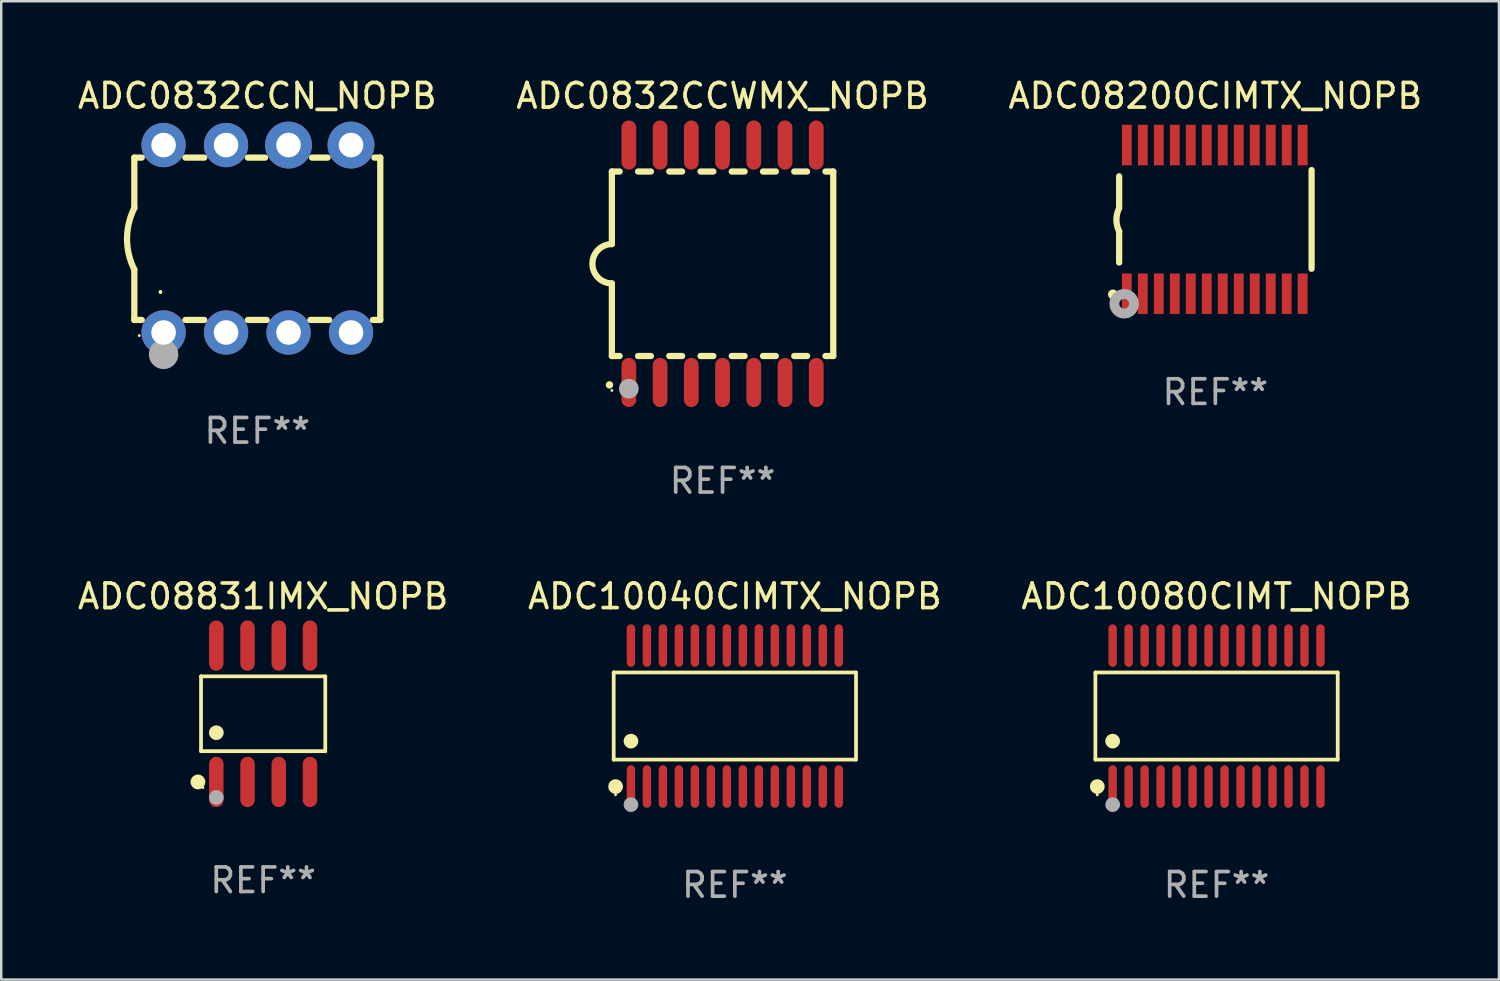
<source format=kicad_pcb>
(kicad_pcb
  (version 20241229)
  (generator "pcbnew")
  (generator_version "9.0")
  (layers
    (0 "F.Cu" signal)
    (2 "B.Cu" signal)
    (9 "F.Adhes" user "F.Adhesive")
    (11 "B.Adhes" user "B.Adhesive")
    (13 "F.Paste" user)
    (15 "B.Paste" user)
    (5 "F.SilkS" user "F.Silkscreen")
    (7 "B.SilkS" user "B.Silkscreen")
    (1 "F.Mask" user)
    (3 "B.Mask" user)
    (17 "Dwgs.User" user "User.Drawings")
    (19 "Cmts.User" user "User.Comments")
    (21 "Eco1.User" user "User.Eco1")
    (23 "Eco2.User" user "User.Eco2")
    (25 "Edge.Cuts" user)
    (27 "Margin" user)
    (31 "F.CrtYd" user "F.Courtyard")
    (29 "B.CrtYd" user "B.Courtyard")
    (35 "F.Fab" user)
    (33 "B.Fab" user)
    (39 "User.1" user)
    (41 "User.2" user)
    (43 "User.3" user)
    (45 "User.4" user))
  (footprint "ADC0832CCN_NOPB"
    (layer "F.Cu")
    (at 7.411 6.658)
    (property "Reference" "ADC0832CCN_NOPB" (at 0 -5.81 0) (layer "F.SilkS") (effects (font (size 1 1) (thickness 0.15))))
    (attr through_hole)
    (fp_line (start -5 -3.3) (end -5 -1.25) (stroke (width 0.254) (type solid)) (layer "F.SilkS"))
    (fp_line (start -5 -3.3) (end -4.698 -3.3) (stroke (width 0.254) (type solid)) (layer "F.SilkS"))
    (fp_line (start -5 3.3) (end -5 1.25) (stroke (width 0.254) (type solid)) (layer "F.SilkS"))
    (fp_line (start -5 3.3) (end -4.698 3.3) (stroke (width 0.254) (type solid)) (layer "F.SilkS"))
    (fp_line (start -2.922 -3.3) (end -2.158 -3.3) (stroke (width 0.254) (type solid)) (layer "F.SilkS"))
    (fp_line (start -2.922 3.3) (end -2.158 3.3) (stroke (width 0.254) (type solid)) (layer "F.SilkS"))
    (fp_line (start -0.382 -3.3) (end 0.316 -3.3) (stroke (width 0.254) (type solid)) (layer "F.SilkS"))
    (fp_line (start -0.382 3.3) (end 0.382 3.3) (stroke (width 0.254) (type solid)) (layer "F.SilkS"))
    (fp_line (start 2.158 3.3) (end 2.922 3.3) (stroke (width 0.254) (type solid)) (layer "F.SilkS"))
    (fp_line (start 2.224 -3.3) (end 2.856 -3.3) (stroke (width 0.254) (type solid)) (layer "F.SilkS"))
    (fp_line (start 4.698 3.3) (end 5 3.3) (stroke (width 0.254) (type solid)) (layer "F.SilkS"))
    (fp_line (start 4.764 -3.3) (end 5 -3.3) (stroke (width 0.254) (type solid)) (layer "F.SilkS"))
    (fp_line (start 5 -3.3) (end 5 3.3) (stroke (width 0.254) (type solid)) (layer "F.SilkS"))
    (fp_arc (start -5.00127 1.249682) (mid -5.295892 -0.000313) (end -5.000025 -1.250013) (stroke (width 0.254001) (type solid)) (layer "F.SilkS"))
    (fp_arc (start -3.937262 2.170256) (mid -3.937197 2.164629) (end -3.937008 2.159004) (stroke (width 0.149987) (type solid)) (layer "F.SilkS"))
    (fp_circle (center -4.8 3.935) (end -4.77 3.935) (stroke (width 0.06) (type solid)) (fill no) (layer "F.SilkS"))
    (fp_circle (center -3.81 4.699) (end -3.51 4.699) (stroke (width 0.6) (type solid)) (fill no) (layer "F.Fab"))
    (fp_text user "REF**" (at 0 7.81 0) (layer "F.Fab") (effects (font (size 1 1) (thickness 0.15))))
    (pad "1" thru_hole circle (at -3.81 3.81) (size 1.8 1.8) (drill 1) (layers "*.Cu" "*.Mask"))
    (pad "2" thru_hole circle (at -1.27 3.81) (size 1.8 1.8) (drill 1) (layers "*.Cu" "*.Mask"))
    (pad "3" thru_hole circle (at 1.27 3.81) (size 1.8 1.8) (drill 1) (layers "*.Cu" "*.Mask"))
    (pad "4" thru_hole circle (at 3.81 3.81) (size 1.8 1.8) (drill 1) (layers "*.Cu" "*.Mask"))
    (pad "5" thru_hole circle (at 3.81 -3.81) (size 1.905 1.905) (drill 1) (layers "*.Cu" "*.Mask"))
    (pad "6" thru_hole circle (at 1.27 -3.81) (size 1.905 1.905) (drill 1) (layers "*.Cu" "*.Mask"))
    (pad "7" thru_hole circle (at -1.27 -3.81) (size 1.8 1.8) (drill 1) (layers "*.Cu" "*.Mask"))
    (pad "8" thru_hole circle (at -3.81 -3.81) (size 1.8 1.8) (drill 1) (layers "*.Cu" "*.Mask")))
  (footprint "ADC0832CCWMX_NOPB"
    (layer "F.Cu")
    (at 26.327 7.674)
    (property "Reference" "ADC0832CCWMX_NOPB" (at 0 -6.826 0) (layer "F.SilkS") (effects (font (size 1 1) (thickness 0.15))))
    (attr through_hole)
    (fp_line (start -4.5 -3.75) (end -4.5 -0.8) (stroke (width 0.254) (type solid)) (layer "F.SilkS"))
    (fp_line (start -4.5 -3.75) (end -4.184 -3.75) (stroke (width 0.254) (type solid)) (layer "F.SilkS"))
    (fp_line (start -4.5 3.75) (end -4.5 0.8) (stroke (width 0.254) (type solid)) (layer "F.SilkS"))
    (fp_line (start -4.184 3.75) (end -4.5 3.75) (stroke (width 0.254) (type solid)) (layer "F.SilkS"))
    (fp_line (start -3.436 -3.75) (end -2.914 -3.75) (stroke (width 0.254) (type solid)) (layer "F.SilkS"))
    (fp_line (start -2.914 3.75) (end -3.436 3.75) (stroke (width 0.254) (type solid)) (layer "F.SilkS"))
    (fp_line (start -2.166 -3.75) (end -1.644 -3.75) (stroke (width 0.254) (type solid)) (layer "F.SilkS"))
    (fp_line (start -1.644 3.75) (end -2.166 3.75) (stroke (width 0.254) (type solid)) (layer "F.SilkS"))
    (fp_line (start -0.896 -3.75) (end -0.374 -3.75) (stroke (width 0.254) (type solid)) (layer "F.SilkS"))
    (fp_line (start -0.374 3.75) (end -0.896 3.75) (stroke (width 0.254) (type solid)) (layer "F.SilkS"))
    (fp_line (start 0.374 -3.75) (end 0.896 -3.75) (stroke (width 0.254) (type solid)) (layer "F.SilkS"))
    (fp_line (start 0.896 3.75) (end 0.374 3.75) (stroke (width 0.254) (type solid)) (layer "F.SilkS"))
    (fp_line (start 1.644 -3.75) (end 2.166 -3.75) (stroke (width 0.254) (type solid)) (layer "F.SilkS"))
    (fp_line (start 2.166 3.75) (end 1.644 3.75) (stroke (width 0.254) (type solid)) (layer "F.SilkS"))
    (fp_line (start 2.914 -3.75) (end 3.436 -3.75) (stroke (width 0.254) (type solid)) (layer "F.SilkS"))
    (fp_line (start 3.436 3.75) (end 2.914 3.75) (stroke (width 0.254) (type solid)) (layer "F.SilkS"))
    (fp_line (start 4.184 -3.75) (end 4.5 -3.75) (stroke (width 0.254) (type solid)) (layer "F.SilkS"))
    (fp_line (start 4.5 -3.75) (end 4.5 3.75) (stroke (width 0.254) (type solid)) (layer "F.SilkS"))
    (fp_line (start 4.5 3.75) (end 4.184 3.75) (stroke (width 0.254) (type solid)) (layer "F.SilkS"))
    (fp_arc (start -4.599873 4.92474) (mid -4.598603 4.924735) (end -4.597333 4.92474) (stroke (width 0.3) (type solid)) (layer "F.SilkS"))
    (fp_arc (start -4.5 0.800025) (mid -5.300431 -0.00061) (end -4.499872 -0.801117) (stroke (width 0.254001) (type solid)) (layer "F.SilkS"))
    (fp_circle (center -4.5 5.15) (end -4.47 5.15) (stroke (width 0.06) (type solid)) (fill no) (layer "F.SilkS"))
    (fp_circle (center -3.81 5.08) (end -3.61 5.08) (stroke (width 0.4) (type solid)) (fill no) (layer "F.Fab"))
    (fp_text user "REF**" (at 0 8.826 0) (layer "F.Fab") (effects (font (size 1 1) (thickness 0.15))))
    (pad "1" smd oval (at -3.81 4.826) (size 0.6 2) (layers "F.Cu" "F.Mask" "F.Paste"))
    (pad "2" smd oval (at -2.54 4.826) (size 0.6 2) (layers "F.Cu" "F.Mask" "F.Paste"))
    (pad "3" smd oval (at -1.27 4.826) (size 0.6 2) (layers "F.Cu" "F.Mask" "F.Paste"))
    (pad "4" smd oval (at 0 4.826) (size 0.6 2) (layers "F.Cu" "F.Mask" "F.Paste"))
    (pad "5" smd oval (at 1.27 4.826) (size 0.6 2) (layers "F.Cu" "F.Mask" "F.Paste"))
    (pad "6" smd oval (at 2.54 4.826) (size 0.6 2) (layers "F.Cu" "F.Mask" "F.Paste"))
    (pad "7" smd oval (at 3.81 4.826) (size 0.6 2) (layers "F.Cu" "F.Mask" "F.Paste"))
    (pad "8" smd oval (at 3.81 -4.826 180) (size 0.6 2) (layers "F.Cu" "F.Mask" "F.Paste"))
    (pad "9" smd oval (at 2.54 -4.826 180) (size 0.6 2) (layers "F.Cu" "F.Mask" "F.Paste"))
    (pad "10" smd oval (at 1.27 -4.826 180) (size 0.6 2) (layers "F.Cu" "F.Mask" "F.Paste"))
    (pad "11" smd oval (at 0 -4.826 180) (size 0.6 2) (layers "F.Cu" "F.Mask" "F.Paste"))
    (pad "12" smd oval (at -1.27 -4.826 180) (size 0.6 2) (layers "F.Cu" "F.Mask" "F.Paste"))
    (pad "13" smd oval (at -2.54 -4.826 180) (size 0.6 2) (layers "F.Cu" "F.Mask" "F.Paste"))
    (pad "14" smd oval (at -3.81 -4.826 180) (size 0.6 2) (layers "F.Cu" "F.Mask" "F.Paste")))
  (footprint "ADC10040CIMTX_NOPB"
    (layer "F.Cu")
    (at 26.827 26.063)
    (property "Reference" "ADC10040CIMTX_NOPB" (at 0 -4.866 0) (layer "F.SilkS") (effects (font (size 1 1) (thickness 0.15))))
    (attr through_hole)
    (fp_line (start -4.926 -1.772) (end 4.926 -1.772) (stroke (width 0.152) (type solid)) (layer "F.SilkS"))
    (fp_line (start -4.926 1.771) (end -4.926 -1.772) (stroke (width 0.152) (type solid)) (layer "F.SilkS"))
    (fp_line (start 4.926 -1.772) (end 4.926 1.771) (stroke (width 0.152) (type solid)) (layer "F.SilkS"))
    (fp_line (start 4.926 1.771) (end -4.926 1.771) (stroke (width 0.152) (type solid)) (layer "F.SilkS"))
    (fp_circle (center -4.85 3.2) (end -4.82 3.2) (stroke (width 0.06) (type solid)) (fill no) (layer "F.SilkS"))
    (fp_circle (center -4.849 2.866) (end -4.699 2.866) (stroke (width 0.3) (type solid)) (fill no) (layer "F.SilkS"))
    (fp_circle (center -4.225 1.019) (end -4.075 1.019) (stroke (width 0.3) (type solid)) (fill no) (layer "F.SilkS"))
    (fp_circle (center -4.225 3.6) (end -4.075 3.6) (stroke (width 0.3) (type solid)) (fill no) (layer "F.Fab"))
    (fp_text user "REF**" (at 0 6.866 0) (layer "F.Fab") (effects (font (size 1 1) (thickness 0.15))))
    (pad "1" smd oval (at -4.225 2.866) (size 0.343 1.731) (layers "F.Cu" "F.Mask" "F.Paste"))
    (pad "2" smd oval (at -3.575 2.866) (size 0.343 1.731) (layers "F.Cu" "F.Mask" "F.Paste"))
    (pad "3" smd oval (at -2.925 2.866) (size 0.343 1.731) (layers "F.Cu" "F.Mask" "F.Paste"))
    (pad "4" smd oval (at -2.275 2.866) (size 0.343 1.731) (layers "F.Cu" "F.Mask" "F.Paste"))
    (pad "5" smd oval (at -1.625 2.866) (size 0.343 1.731) (layers "F.Cu" "F.Mask" "F.Paste"))
    (pad "6" smd oval (at -0.975 2.866) (size 0.343 1.731) (layers "F.Cu" "F.Mask" "F.Paste"))
    (pad "7" smd oval (at -0.325 2.866) (size 0.343 1.731) (layers "F.Cu" "F.Mask" "F.Paste"))
    (pad "8" smd oval (at 0.325 2.866) (size 0.343 1.731) (layers "F.Cu" "F.Mask" "F.Paste"))
    (pad "9" smd oval (at 0.975 2.866) (size 0.343 1.731) (layers "F.Cu" "F.Mask" "F.Paste"))
    (pad "10" smd oval (at 1.625 2.866) (size 0.343 1.731) (layers "F.Cu" "F.Mask" "F.Paste"))
    (pad "11" smd oval (at 2.275 2.866) (size 0.343 1.731) (layers "F.Cu" "F.Mask" "F.Paste"))
    (pad "12" smd oval (at 2.925 2.866) (size 0.343 1.731) (layers "F.Cu" "F.Mask" "F.Paste"))
    (pad "13" smd oval (at 3.575 2.866) (size 0.343 1.731) (layers "F.Cu" "F.Mask" "F.Paste"))
    (pad "14" smd oval (at 4.225 2.866) (size 0.343 1.731) (layers "F.Cu" "F.Mask" "F.Paste"))
    (pad "15" smd oval (at 4.225 -2.866) (size 0.343 1.731) (layers "F.Cu" "F.Mask" "F.Paste"))
    (pad "16" smd oval (at 3.575 -2.866) (size 0.343 1.731) (layers "F.Cu" "F.Mask" "F.Paste"))
    (pad "17" smd oval (at 2.925 -2.866) (size 0.343 1.731) (layers "F.Cu" "F.Mask" "F.Paste"))
    (pad "18" smd oval (at 2.275 -2.866) (size 0.343 1.731) (layers "F.Cu" "F.Mask" "F.Paste"))
    (pad "19" smd oval (at 1.625 -2.866) (size 0.343 1.731) (layers "F.Cu" "F.Mask" "F.Paste"))
    (pad "20" smd oval (at 0.975 -2.866) (size 0.343 1.731) (layers "F.Cu" "F.Mask" "F.Paste"))
    (pad "21" smd oval (at 0.325 -2.866) (size 0.343 1.731) (layers "F.Cu" "F.Mask" "F.Paste"))
    (pad "22" smd oval (at -0.325 -2.866) (size 0.343 1.731) (layers "F.Cu" "F.Mask" "F.Paste"))
    (pad "23" smd oval (at -0.975 -2.866) (size 0.343 1.731) (layers "F.Cu" "F.Mask" "F.Paste"))
    (pad "24" smd oval (at -1.625 -2.866) (size 0.343 1.731) (layers "F.Cu" "F.Mask" "F.Paste"))
    (pad "25" smd oval (at -2.275 -2.866) (size 0.343 1.731) (layers "F.Cu" "F.Mask" "F.Paste"))
    (pad "26" smd oval (at -2.925 -2.866) (size 0.343 1.731) (layers "F.Cu" "F.Mask" "F.Paste"))
    (pad "27" smd oval (at -3.575 -2.866) (size 0.343 1.731) (layers "F.Cu" "F.Mask" "F.Paste"))
    (pad "28" smd oval (at -4.225 -2.866) (size 0.343 1.731) (layers "F.Cu" "F.Mask" "F.Paste")))
  (footprint "ADC08831IMX_NOPB"
    (layer "F.Cu")
    (at 7.649 25.969)
    (property "Reference" "ADC08831IMX_NOPB" (at 0 -4.772 0) (layer "F.SilkS") (effects (font (size 1 1) (thickness 0.15))))
    (attr through_hole)
    (fp_line (start -2.526 -1.521) (end 2.526 -1.521) (stroke (width 0.152) (type solid)) (layer "F.SilkS"))
    (fp_line (start -2.526 1.521) (end -2.526 -1.521) (stroke (width 0.152) (type solid)) (layer "F.SilkS"))
    (fp_line (start 2.526 -1.521) (end 2.526 1.521) (stroke (width 0.152) (type solid)) (layer "F.SilkS"))
    (fp_line (start 2.526 1.521) (end -2.526 1.521) (stroke (width 0.152) (type solid)) (layer "F.SilkS"))
    (fp_circle (center -2.652 2.772) (end -2.501 2.772) (stroke (width 0.3) (type solid)) (fill no) (layer "F.SilkS"))
    (fp_circle (center -2.45 3) (end -2.42 3) (stroke (width 0.06) (type solid)) (fill no) (layer "F.SilkS"))
    (fp_circle (center -1.905 0.769) (end -1.755 0.769) (stroke (width 0.3) (type solid)) (fill no) (layer "F.SilkS"))
    (fp_circle (center -1.905 3.4) (end -1.755 3.4) (stroke (width 0.3) (type solid)) (fill no) (layer "F.Fab"))
    (fp_text user "REF**" (at 0 6.772 0) (layer "F.Fab") (effects (font (size 1 1) (thickness 0.15))))
    (pad "1" smd oval (at -1.905 2.772) (size 0.588 2.045) (layers "F.Cu" "F.Mask" "F.Paste"))
    (pad "2" smd oval (at -0.635 2.772) (size 0.588 2.045) (layers "F.Cu" "F.Mask" "F.Paste"))
    (pad "3" smd oval (at 0.635 2.772) (size 0.588 2.045) (layers "F.Cu" "F.Mask" "F.Paste"))
    (pad "4" smd oval (at 1.905 2.772) (size 0.588 2.045) (layers "F.Cu" "F.Mask" "F.Paste"))
    (pad "5" smd oval (at 1.905 -2.772) (size 0.588 2.045) (layers "F.Cu" "F.Mask" "F.Paste"))
    (pad "6" smd oval (at 0.635 -2.772) (size 0.588 2.045) (layers "F.Cu" "F.Mask" "F.Paste"))
    (pad "7" smd oval (at -0.635 -2.772) (size 0.588 2.045) (layers "F.Cu" "F.Mask" "F.Paste"))
    (pad "8" smd oval (at -1.905 -2.772) (size 0.588 2.045) (layers "F.Cu" "F.Mask" "F.Paste")))
  (footprint "ADC08200CIMTX_NOPB"
    (layer "F.Cu")
    (at 46.363 5.871)
    (property "Reference" "ADC08200CIMTX_NOPB" (at 0 -5.023 0) (layer "F.SilkS") (effects (font (size 1 1) (thickness 0.15))))
    (attr through_hole)
    (fp_line (start -3.912 -0.483) (end -3.912 -1.753) (stroke (width 0.254) (type solid)) (layer "F.SilkS"))
    (fp_line (start -3.912 1.753) (end -3.912 0.483) (stroke (width 0.254) (type solid)) (layer "F.SilkS"))
    (fp_line (start 3.912 -2.007) (end 3.912 2.007) (stroke (width 0.254) (type solid)) (layer "F.SilkS"))
    (fp_arc (start -3.911608 0.482601) (mid -4.022537 0.0127) (end -3.911608 -0.457201) (stroke (width 0.254001) (type solid)) (layer "F.SilkS"))
    (fp_circle (center -4.166 3.048) (end -4.066 3.048) (stroke (width 0.2) (type solid)) (fill no) (layer "F.SilkS"))
    (fp_circle (center -3.925 3.186) (end -3.895 3.186) (stroke (width 0.06) (type solid)) (fill no) (layer "F.SilkS"))
    (fp_circle (center -3.708 3.429) (end -3.509 3.429) (stroke (width 0.4) (type solid)) (fill no) (layer "F.Fab"))
    (fp_text user "REF**" (at 0 7.023 0) (layer "F.Fab") (effects (font (size 1 1) (thickness 0.15))))
    (pad "1" smd rect (at -3.6 3.023) (size 0.4 1.65) (layers "F.Cu" "F.Mask" "F.Paste"))
    (pad "2" smd rect (at -2.95 3.023) (size 0.4 1.65) (layers "F.Cu" "F.Mask" "F.Paste"))
    (pad "3" smd rect (at -2.3 3.023) (size 0.4 1.65) (layers "F.Cu" "F.Mask" "F.Paste"))
    (pad "4" smd rect (at -1.65 3.023) (size 0.4 1.65) (layers "F.Cu" "F.Mask" "F.Paste"))
    (pad "5" smd rect (at -1 3.023) (size 0.4 1.65) (layers "F.Cu" "F.Mask" "F.Paste"))
    (pad "6" smd rect (at -0.35 3.023) (size 0.4 1.65) (layers "F.Cu" "F.Mask" "F.Paste"))
    (pad "7" smd rect (at 0.299 3.023) (size 0.4 1.65) (layers "F.Cu" "F.Mask" "F.Paste"))
    (pad "8" smd rect (at 0.95 3.023) (size 0.4 1.65) (layers "F.Cu" "F.Mask" "F.Paste"))
    (pad "9" smd rect (at 1.6 3.023) (size 0.4 1.65) (layers "F.Cu" "F.Mask" "F.Paste"))
    (pad "10" smd rect (at 2.25 3.023) (size 0.4 1.65) (layers "F.Cu" "F.Mask" "F.Paste"))
    (pad "11" smd rect (at 2.9 3.023) (size 0.4 1.65) (layers "F.Cu" "F.Mask" "F.Paste"))
    (pad "12" smd rect (at 3.549 3.023) (size 0.4 1.65) (layers "F.Cu" "F.Mask" "F.Paste"))
    (pad "13" smd rect (at 3.549 -3.023) (size 0.4 1.65) (layers "F.Cu" "F.Mask" "F.Paste"))
    (pad "14" smd rect (at 2.9 -3.023) (size 0.4 1.65) (layers "F.Cu" "F.Mask" "F.Paste"))
    (pad "15" smd rect (at 2.25 -3.023) (size 0.4 1.65) (layers "F.Cu" "F.Mask" "F.Paste"))
    (pad "16" smd rect (at 1.6 -3.023) (size 0.4 1.65) (layers "F.Cu" "F.Mask" "F.Paste"))
    (pad "17" smd rect (at 0.95 -3.023) (size 0.4 1.65) (layers "F.Cu" "F.Mask" "F.Paste"))
    (pad "18" smd rect (at 0.299 -3.023) (size 0.4 1.65) (layers "F.Cu" "F.Mask" "F.Paste"))
    (pad "19" smd rect (at -0.35 -3.023) (size 0.4 1.65) (layers "F.Cu" "F.Mask" "F.Paste"))
    (pad "20" smd rect (at -1 -3.023) (size 0.4 1.65) (layers "F.Cu" "F.Mask" "F.Paste"))
    (pad "21" smd rect (at -1.65 -3.023) (size 0.4 1.65) (layers "F.Cu" "F.Mask" "F.Paste"))
    (pad "22" smd rect (at -2.3 -3.023) (size 0.4 1.65) (layers "F.Cu" "F.Mask" "F.Paste"))
    (pad "23" smd rect (at -2.95 -3.023) (size 0.4 1.65) (layers "F.Cu" "F.Mask" "F.Paste"))
    (pad "24" smd rect (at -3.6 -3.023) (size 0.4 1.65) (layers "F.Cu" "F.Mask" "F.Paste")))
  (footprint "ADC10080CIMT_NOPB"
    (layer "F.Cu")
    (at 46.411 26.063)
    (property "Reference" "ADC10080CIMT_NOPB" (at 0 -4.866 0) (layer "F.SilkS") (effects (font (size 1 1) (thickness 0.15))))
    (attr through_hole)
    (fp_line (start -4.926 -1.772) (end 4.926 -1.772) (stroke (width 0.152) (type solid)) (layer "F.SilkS"))
    (fp_line (start -4.926 1.771) (end -4.926 -1.772) (stroke (width 0.152) (type solid)) (layer "F.SilkS"))
    (fp_line (start 4.926 -1.772) (end 4.926 1.771) (stroke (width 0.152) (type solid)) (layer "F.SilkS"))
    (fp_line (start 4.926 1.771) (end -4.926 1.771) (stroke (width 0.152) (type solid)) (layer "F.SilkS"))
    (fp_circle (center -4.85 3.2) (end -4.82 3.2) (stroke (width 0.06) (type solid)) (fill no) (layer "F.SilkS"))
    (fp_circle (center -4.849 2.866) (end -4.699 2.866) (stroke (width 0.3) (type solid)) (fill no) (layer "F.SilkS"))
    (fp_circle (center -4.225 1.019) (end -4.075 1.019) (stroke (width 0.3) (type solid)) (fill no) (layer "F.SilkS"))
    (fp_circle (center -4.225 3.6) (end -4.075 3.6) (stroke (width 0.3) (type solid)) (fill no) (layer "F.Fab"))
    (fp_text user "REF**" (at 0 6.866 0) (layer "F.Fab") (effects (font (size 1 1) (thickness 0.15))))
    (pad "1" smd oval (at -4.225 2.866) (size 0.343 1.731) (layers "F.Cu" "F.Mask" "F.Paste"))
    (pad "2" smd oval (at -3.575 2.866) (size 0.343 1.731) (layers "F.Cu" "F.Mask" "F.Paste"))
    (pad "3" smd oval (at -2.925 2.866) (size 0.343 1.731) (layers "F.Cu" "F.Mask" "F.Paste"))
    (pad "4" smd oval (at -2.275 2.866) (size 0.343 1.731) (layers "F.Cu" "F.Mask" "F.Paste"))
    (pad "5" smd oval (at -1.625 2.866) (size 0.343 1.731) (layers "F.Cu" "F.Mask" "F.Paste"))
    (pad "6" smd oval (at -0.975 2.866) (size 0.343 1.731) (layers "F.Cu" "F.Mask" "F.Paste"))
    (pad "7" smd oval (at -0.325 2.866) (size 0.343 1.731) (layers "F.Cu" "F.Mask" "F.Paste"))
    (pad "8" smd oval (at 0.325 2.866) (size 0.343 1.731) (layers "F.Cu" "F.Mask" "F.Paste"))
    (pad "9" smd oval (at 0.975 2.866) (size 0.343 1.731) (layers "F.Cu" "F.Mask" "F.Paste"))
    (pad "10" smd oval (at 1.625 2.866) (size 0.343 1.731) (layers "F.Cu" "F.Mask" "F.Paste"))
    (pad "11" smd oval (at 2.275 2.866) (size 0.343 1.731) (layers "F.Cu" "F.Mask" "F.Paste"))
    (pad "12" smd oval (at 2.925 2.866) (size 0.343 1.731) (layers "F.Cu" "F.Mask" "F.Paste"))
    (pad "13" smd oval (at 3.575 2.866) (size 0.343 1.731) (layers "F.Cu" "F.Mask" "F.Paste"))
    (pad "14" smd oval (at 4.225 2.866) (size 0.343 1.731) (layers "F.Cu" "F.Mask" "F.Paste"))
    (pad "15" smd oval (at 4.225 -2.866) (size 0.343 1.731) (layers "F.Cu" "F.Mask" "F.Paste"))
    (pad "16" smd oval (at 3.575 -2.866) (size 0.343 1.731) (layers "F.Cu" "F.Mask" "F.Paste"))
    (pad "17" smd oval (at 2.925 -2.866) (size 0.343 1.731) (layers "F.Cu" "F.Mask" "F.Paste"))
    (pad "18" smd oval (at 2.275 -2.866) (size 0.343 1.731) (layers "F.Cu" "F.Mask" "F.Paste"))
    (pad "19" smd oval (at 1.625 -2.866) (size 0.343 1.731) (layers "F.Cu" "F.Mask" "F.Paste"))
    (pad "20" smd oval (at 0.975 -2.866) (size 0.343 1.731) (layers "F.Cu" "F.Mask" "F.Paste"))
    (pad "21" smd oval (at 0.325 -2.866) (size 0.343 1.731) (layers "F.Cu" "F.Mask" "F.Paste"))
    (pad "22" smd oval (at -0.325 -2.866) (size 0.343 1.731) (layers "F.Cu" "F.Mask" "F.Paste"))
    (pad "23" smd oval (at -0.975 -2.866) (size 0.343 1.731) (layers "F.Cu" "F.Mask" "F.Paste"))
    (pad "24" smd oval (at -1.625 -2.866) (size 0.343 1.731) (layers "F.Cu" "F.Mask" "F.Paste"))
    (pad "25" smd oval (at -2.275 -2.866) (size 0.343 1.731) (layers "F.Cu" "F.Mask" "F.Paste"))
    (pad "26" smd oval (at -2.925 -2.866) (size 0.343 1.731) (layers "F.Cu" "F.Mask" "F.Paste"))
    (pad "27" smd oval (at -3.575 -2.866) (size 0.343 1.731) (layers "F.Cu" "F.Mask" "F.Paste"))
    (pad "28" smd oval (at -4.225 -2.866) (size 0.343 1.731) (layers "F.Cu" "F.Mask" "F.Paste")))
  (gr_rect
    (start -3 -3)
    (end 57.893 36.777)
    (stroke (width 0.1) (type default))
    (fill no)
    (layer "Edge.Cuts")))
</source>
